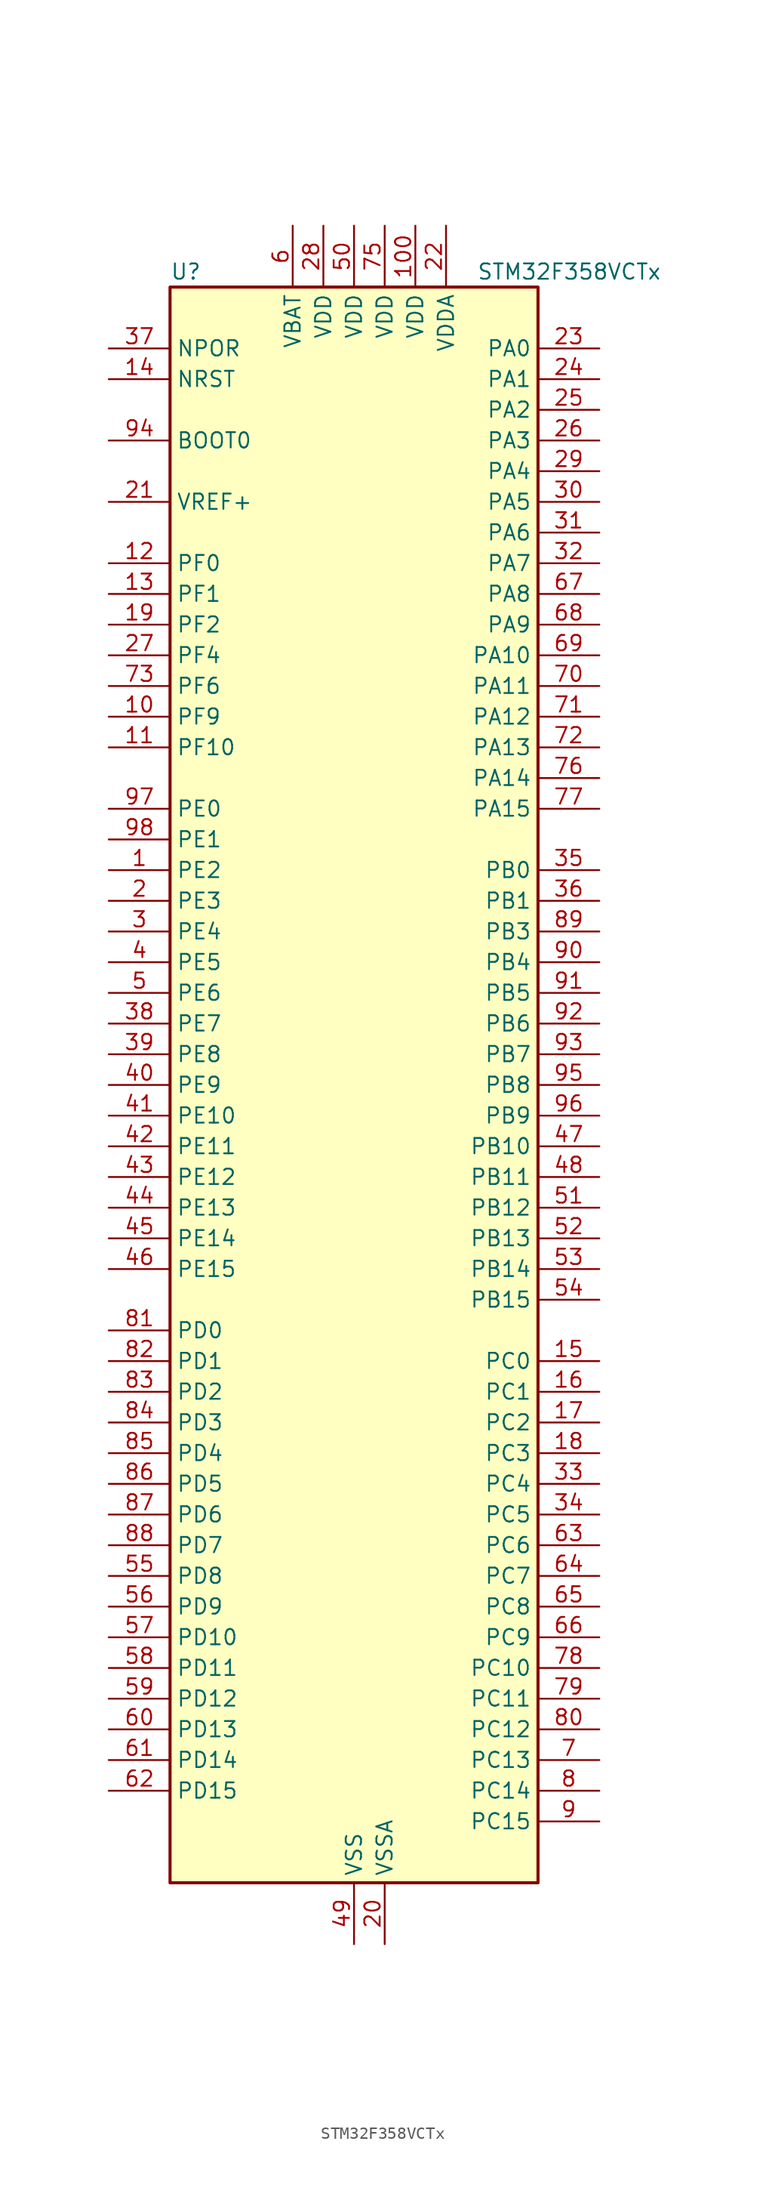
<source format=kicad_sym>
(kicad_symbol_lib
  (version 20241209)
  (generator "kicad_symbol_editor")
  (generator_version "9.0")
  (symbol "STM32F358VCTx"
    (property "Reference" "U"
      (at -15.24 67.31 0)
      (effects (font (size 1.27 1.27)) (justify left)))
    (property "Value" "STM32F358VCTx"
      (at 10.16 67.31 0)
      (effects (font (size 1.27 1.27)) (justify left)))
    (symbol "STM32F358VCTx_0_1"
      (rectangle (start -15.24 -66.04) (end 15.24 66.04) (stroke (width 0.254) (type default)) (fill (type background))))
    (symbol "STM32F358VCTx_1_1"
      (pin input line (at -20.32 60.96 0) (length 5.08) (name "NPOR" (effects (font (size 1.27 1.27)))) (number "37" (effects (font (size 1.27 1.27)))))
      (pin input line (at -20.32 58.42 0) (length 5.08) (name "NRST" (effects (font (size 1.27 1.27)))) (number "14" (effects (font (size 1.27 1.27)))))
      (pin input line (at -20.32 53.34 0) (length 5.08) (name "BOOT0" (effects (font (size 1.27 1.27)))) (number "94" (effects (font (size 1.27 1.27)))))
      (pin input line (at -20.32 48.26 0) (length 5.08) (name "VREF+" (effects (font (size 1.27 1.27)))) (number "21" (effects (font (size 1.27 1.27)))))
      (pin bidirectional line (at -20.32 43.18 0) (length 5.08) (name "PF0" (effects (font (size 1.27 1.27)))) (number "12" (effects (font (size 1.27 1.27)))) (alternate "I2C2_SDA" bidirectional line) (alternate "RCC_OSC_IN" bidirectional line) (alternate "TIM1_CH3N" bidirectional line))
      (pin bidirectional line (at -20.32 40.64 0) (length 5.08) (name "PF1" (effects (font (size 1.27 1.27)))) (number "13" (effects (font (size 1.27 1.27)))) (alternate "I2C2_SCL" bidirectional line) (alternate "RCC_OSC_OUT" bidirectional line))
      (pin bidirectional line (at -20.32 38.1 0) (length 5.08) (name "PF2" (effects (font (size 1.27 1.27)))) (number "19" (effects (font (size 1.27 1.27)))) (alternate "ADC1_IN10" bidirectional line) (alternate "ADC2_IN10" bidirectional line) (alternate "ADC3_EXTI2" bidirectional line) (alternate "ADC4_EXTI2" bidirectional line))
      (pin bidirectional line (at -20.32 35.56 0) (length 5.08) (name "PF4" (effects (font (size 1.27 1.27)))) (number "27" (effects (font (size 1.27 1.27)))) (alternate "ADC1_IN5" bidirectional line) (alternate "COMP1_OUT" bidirectional line))
      (pin bidirectional line (at -20.32 33.02 0) (length 5.08) (name "PF6" (effects (font (size 1.27 1.27)))) (number "73" (effects (font (size 1.27 1.27)))) (alternate "I2C2_SCL" bidirectional line) (alternate "TIM4_CH4" bidirectional line) (alternate "USART3_DE" bidirectional line) (alternate "USART3_RTS" bidirectional line))
      (pin bidirectional line (at -20.32 30.48 0) (length 5.08) (name "PF9" (effects (font (size 1.27 1.27)))) (number "10" (effects (font (size 1.27 1.27)))) (alternate "DAC_EXTI9" bidirectional line) (alternate "SPI2_SCK" bidirectional line) (alternate "TIM15_CH1" bidirectional line))
      (pin bidirectional line (at -20.32 27.94 0) (length 5.08) (name "PF10" (effects (font (size 1.27 1.27)))) (number "11" (effects (font (size 1.27 1.27)))) (alternate "SPI2_SCK" bidirectional line) (alternate "TIM15_CH2" bidirectional line))
      (pin bidirectional line (at -20.32 22.86 0) (length 5.08) (name "PE0" (effects (font (size 1.27 1.27)))) (number "97" (effects (font (size 1.27 1.27)))) (alternate "TIM16_CH1" bidirectional line) (alternate "TIM4_ETR" bidirectional line) (alternate "USART1_TX" bidirectional line))
      (pin bidirectional line (at -20.32 20.32 0) (length 5.08) (name "PE1" (effects (font (size 1.27 1.27)))) (number "98" (effects (font (size 1.27 1.27)))) (alternate "TIM17_CH1" bidirectional line) (alternate "USART1_RX" bidirectional line))
      (pin bidirectional line (at -20.32 17.78 0) (length 5.08) (name "PE2" (effects (font (size 1.27 1.27)))) (number "1" (effects (font (size 1.27 1.27)))) (alternate "ADC3_EXTI2" bidirectional line) (alternate "ADC4_EXTI2" bidirectional line) (alternate "SYS_TRACECK" bidirectional line) (alternate "TIM3_CH1" bidirectional line) (alternate "TSC_G7_IO1" bidirectional line))
      (pin bidirectional line (at -20.32 15.24 0) (length 5.08) (name "PE3" (effects (font (size 1.27 1.27)))) (number "2" (effects (font (size 1.27 1.27)))) (alternate "SYS_TRACED0" bidirectional line) (alternate "TIM3_CH2" bidirectional line) (alternate "TSC_G7_IO2" bidirectional line))
      (pin bidirectional line (at -20.32 12.7 0) (length 5.08) (name "PE4" (effects (font (size 1.27 1.27)))) (number "3" (effects (font (size 1.27 1.27)))) (alternate "SYS_TRACED1" bidirectional line) (alternate "TIM3_CH3" bidirectional line) (alternate "TSC_G7_IO3" bidirectional line))
      (pin bidirectional line (at -20.32 10.16 0) (length 5.08) (name "PE5" (effects (font (size 1.27 1.27)))) (number "4" (effects (font (size 1.27 1.27)))) (alternate "SYS_TRACED2" bidirectional line) (alternate "TIM3_CH4" bidirectional line) (alternate "TSC_G7_IO4" bidirectional line))
      (pin bidirectional line (at -20.32 7.62 0) (length 5.08) (name "PE6" (effects (font (size 1.27 1.27)))) (number "5" (effects (font (size 1.27 1.27)))) (alternate "RTC_TAMP3" bidirectional line) (alternate "SYS_TRACED3" bidirectional line) (alternate "SYS_WKUP3" bidirectional line))
      (pin bidirectional line (at -20.32 5.08 0) (length 5.08) (name "PE7" (effects (font (size 1.27 1.27)))) (number "38" (effects (font (size 1.27 1.27)))) (alternate "ADC3_IN13" bidirectional line) (alternate "COMP4_INP" bidirectional line) (alternate "TIM1_ETR" bidirectional line))
      (pin bidirectional line (at -20.32 2.54 0) (length 5.08) (name "PE8" (effects (font (size 1.27 1.27)))) (number "39" (effects (font (size 1.27 1.27)))) (alternate "ADC3_IN6" bidirectional line) (alternate "ADC4_IN6" bidirectional line) (alternate "COMP4_INM" bidirectional line) (alternate "TIM1_CH1N" bidirectional line))
      (pin bidirectional line (at -20.32 0 0) (length 5.08) (name "PE9" (effects (font (size 1.27 1.27)))) (number "40" (effects (font (size 1.27 1.27)))) (alternate "ADC3_IN2" bidirectional line) (alternate "DAC_EXTI9" bidirectional line) (alternate "TIM1_CH1" bidirectional line))
      (pin bidirectional line (at -20.32 -2.54 0) (length 5.08) (name "PE10" (effects (font (size 1.27 1.27)))) (number "41" (effects (font (size 1.27 1.27)))) (alternate "ADC3_IN14" bidirectional line) (alternate "TIM1_CH2N" bidirectional line))
      (pin bidirectional line (at -20.32 -5.08 0) (length 5.08) (name "PE11" (effects (font (size 1.27 1.27)))) (number "42" (effects (font (size 1.27 1.27)))) (alternate "ADC1_EXTI11" bidirectional line) (alternate "ADC2_EXTI11" bidirectional line) (alternate "ADC3_IN15" bidirectional line) (alternate "TIM1_CH2" bidirectional line))
      (pin bidirectional line (at -20.32 -7.62 0) (length 5.08) (name "PE12" (effects (font (size 1.27 1.27)))) (number "43" (effects (font (size 1.27 1.27)))) (alternate "ADC3_IN16" bidirectional line) (alternate "TIM1_CH3N" bidirectional line))
      (pin bidirectional line (at -20.32 -10.16 0) (length 5.08) (name "PE13" (effects (font (size 1.27 1.27)))) (number "44" (effects (font (size 1.27 1.27)))) (alternate "ADC3_IN3" bidirectional line) (alternate "TIM1_CH3" bidirectional line))
      (pin bidirectional line (at -20.32 -12.7 0) (length 5.08) (name "PE14" (effects (font (size 1.27 1.27)))) (number "45" (effects (font (size 1.27 1.27)))) (alternate "ADC4_IN1" bidirectional line) (alternate "TIM1_BKIN2" bidirectional line) (alternate "TIM1_CH4" bidirectional line))
      (pin bidirectional line (at -20.32 -15.24 0) (length 5.08) (name "PE15" (effects (font (size 1.27 1.27)))) (number "46" (effects (font (size 1.27 1.27)))) (alternate "ADC1_EXTI15" bidirectional line) (alternate "ADC2_EXTI15" bidirectional line) (alternate "ADC4_IN2" bidirectional line) (alternate "TIM1_BKIN" bidirectional line) (alternate "USART3_RX" bidirectional line))
      (pin bidirectional line (at -20.32 -20.32 0) (length 5.08) (name "PD0" (effects (font (size 1.27 1.27)))) (number "81" (effects (font (size 1.27 1.27)))) (alternate "CAN_RX" bidirectional line))
      (pin bidirectional line (at -20.32 -22.86 0) (length 5.08) (name "PD1" (effects (font (size 1.27 1.27)))) (number "82" (effects (font (size 1.27 1.27)))) (alternate "CAN_TX" bidirectional line) (alternate "TIM8_BKIN2" bidirectional line) (alternate "TIM8_CH4" bidirectional line))
      (pin bidirectional line (at -20.32 -25.4 0) (length 5.08) (name "PD2" (effects (font (size 1.27 1.27)))) (number "83" (effects (font (size 1.27 1.27)))) (alternate "ADC3_EXTI2" bidirectional line) (alternate "ADC4_EXTI2" bidirectional line) (alternate "TIM3_ETR" bidirectional line) (alternate "TIM8_BKIN" bidirectional line) (alternate "UART5_RX" bidirectional line))
      (pin bidirectional line (at -20.32 -27.94 0) (length 5.08) (name "PD3" (effects (font (size 1.27 1.27)))) (number "84" (effects (font (size 1.27 1.27)))) (alternate "TIM2_CH1" bidirectional line) (alternate "TIM2_ETR" bidirectional line) (alternate "USART2_CTS" bidirectional line))
      (pin bidirectional line (at -20.32 -30.48 0) (length 5.08) (name "PD4" (effects (font (size 1.27 1.27)))) (number "85" (effects (font (size 1.27 1.27)))) (alternate "TIM2_CH2" bidirectional line) (alternate "USART2_DE" bidirectional line) (alternate "USART2_RTS" bidirectional line))
      (pin bidirectional line (at -20.32 -33.02 0) (length 5.08) (name "PD5" (effects (font (size 1.27 1.27)))) (number "86" (effects (font (size 1.27 1.27)))) (alternate "USART2_TX" bidirectional line))
      (pin bidirectional line (at -20.32 -35.56 0) (length 5.08) (name "PD6" (effects (font (size 1.27 1.27)))) (number "87" (effects (font (size 1.27 1.27)))) (alternate "TIM2_CH4" bidirectional line) (alternate "USART2_RX" bidirectional line))
      (pin bidirectional line (at -20.32 -38.1 0) (length 5.08) (name "PD7" (effects (font (size 1.27 1.27)))) (number "88" (effects (font (size 1.27 1.27)))) (alternate "TIM2_CH3" bidirectional line) (alternate "USART2_CK" bidirectional line))
      (pin bidirectional line (at -20.32 -40.64 0) (length 5.08) (name "PD8" (effects (font (size 1.27 1.27)))) (number "55" (effects (font (size 1.27 1.27)))) (alternate "ADC4_IN12" bidirectional line) (alternate "OPAMP4_VINM" bidirectional line) (alternate "OPAMP4_VINM_SEC" bidirectional line) (alternate "USART3_TX" bidirectional line))
      (pin bidirectional line (at -20.32 -43.18 0) (length 5.08) (name "PD9" (effects (font (size 1.27 1.27)))) (number "56" (effects (font (size 1.27 1.27)))) (alternate "ADC4_IN13" bidirectional line) (alternate "DAC_EXTI9" bidirectional line) (alternate "USART3_RX" bidirectional line))
      (pin bidirectional line (at -20.32 -45.72 0) (length 5.08) (name "PD10" (effects (font (size 1.27 1.27)))) (number "57" (effects (font (size 1.27 1.27)))) (alternate "ADC3_IN7" bidirectional line) (alternate "ADC4_IN7" bidirectional line) (alternate "COMP6_INM" bidirectional line) (alternate "USART3_CK" bidirectional line))
      (pin bidirectional line (at -20.32 -48.26 0) (length 5.08) (name "PD11" (effects (font (size 1.27 1.27)))) (number "58" (effects (font (size 1.27 1.27)))) (alternate "ADC1_EXTI11" bidirectional line) (alternate "ADC2_EXTI11" bidirectional line) (alternate "ADC3_IN8" bidirectional line) (alternate "ADC4_IN8" bidirectional line) (alternate "COMP6_INP" bidirectional line) (alternate "OPAMP4_VINP" bidirectional line) (alternate "OPAMP4_VINP_SEC" bidirectional line) (alternate "USART3_CTS" bidirectional line))
      (pin bidirectional line (at -20.32 -50.8 0) (length 5.08) (name "PD12" (effects (font (size 1.27 1.27)))) (number "59" (effects (font (size 1.27 1.27)))) (alternate "ADC3_IN9" bidirectional line) (alternate "ADC4_IN9" bidirectional line) (alternate "COMP5_INP" bidirectional line) (alternate "TIM4_CH1" bidirectional line) (alternate "TSC_G8_IO1" bidirectional line) (alternate "USART3_DE" bidirectional line) (alternate "USART3_RTS" bidirectional line))
      (pin bidirectional line (at -20.32 -53.34 0) (length 5.08) (name "PD13" (effects (font (size 1.27 1.27)))) (number "60" (effects (font (size 1.27 1.27)))) (alternate "ADC3_IN10" bidirectional line) (alternate "ADC4_IN10" bidirectional line) (alternate "COMP5_INM" bidirectional line) (alternate "TIM4_CH2" bidirectional line) (alternate "TSC_G8_IO2" bidirectional line))
      (pin bidirectional line (at -20.32 -55.88 0) (length 5.08) (name "PD14" (effects (font (size 1.27 1.27)))) (number "61" (effects (font (size 1.27 1.27)))) (alternate "ADC3_IN11" bidirectional line) (alternate "ADC4_IN11" bidirectional line) (alternate "COMP3_INP" bidirectional line) (alternate "OPAMP2_VINP" bidirectional line) (alternate "OPAMP2_VINP_SEC" bidirectional line) (alternate "TIM4_CH3" bidirectional line) (alternate "TSC_G8_IO3" bidirectional line))
      (pin bidirectional line (at -20.32 -58.42 0) (length 5.08) (name "PD15" (effects (font (size 1.27 1.27)))) (number "62" (effects (font (size 1.27 1.27)))) (alternate "ADC1_EXTI15" bidirectional line) (alternate "ADC2_EXTI15" bidirectional line) (alternate "COMP3_INM" bidirectional line) (alternate "SPI2_NSS" bidirectional line) (alternate "TIM4_CH4" bidirectional line) (alternate "TSC_G8_IO4" bidirectional line))
      (pin power_in line (at -5.08 71.12 270) (length 5.08) (name "VBAT" (effects (font (size 1.27 1.27)))) (number "6" (effects (font (size 1.27 1.27)))))
      (pin power_in line (at -2.54 71.12 270) (length 5.08) (name "VDD" (effects (font (size 1.27 1.27)))) (number "28" (effects (font (size 1.27 1.27)))))
      (pin power_in line (at 0 71.12 270) (length 5.08) (name "VDD" (effects (font (size 1.27 1.27)))) (number "50" (effects (font (size 1.27 1.27)))))
      (pin power_in line (at 0 -71.12 90) (length 5.08) (name "VSS" (effects (font (size 1.27 1.27)))) (number "49" (effects (font (size 1.27 1.27)))))
      (pin passive line (at 0 -71.12 90) (length 5.08) (hide yes) (name "VSS" (effects (font (size 1.27 1.27)))) (number "74" (effects (font (size 1.27 1.27)))))
      (pin passive line (at 0 -71.12 90) (length 5.08) (hide yes) (name "VSS" (effects (font (size 1.27 1.27)))) (number "99" (effects (font (size 1.27 1.27)))))
      (pin power_in line (at 2.54 71.12 270) (length 5.08) (name "VDD" (effects (font (size 1.27 1.27)))) (number "75" (effects (font (size 1.27 1.27)))))
      (pin power_in line (at 2.54 -71.12 90) (length 5.08) (name "VSSA" (effects (font (size 1.27 1.27)))) (number "20" (effects (font (size 1.27 1.27)))))
      (pin power_in line (at 5.08 71.12 270) (length 5.08) (name "VDD" (effects (font (size 1.27 1.27)))) (number "100" (effects (font (size 1.27 1.27)))))
      (pin power_in line (at 7.62 71.12 270) (length 5.08) (name "VDDA" (effects (font (size 1.27 1.27)))) (number "22" (effects (font (size 1.27 1.27)))))
      (pin bidirectional line (at 20.32 60.96 180) (length 5.08) (name "PA0" (effects (font (size 1.27 1.27)))) (number "23" (effects (font (size 1.27 1.27)))) (alternate "ADC1_IN1" bidirectional line) (alternate "COMP1_INM" bidirectional line) (alternate "COMP1_OUT" bidirectional line) (alternate "COMP7_INP" bidirectional line) (alternate "RTC_TAMP2" bidirectional line) (alternate "SYS_WKUP1" bidirectional line) (alternate "TIM2_CH1" bidirectional line) (alternate "TIM2_ETR" bidirectional line) (alternate "TIM8_BKIN" bidirectional line) (alternate "TIM8_ETR" bidirectional line) (alternate "TSC_G1_IO1" bidirectional line) (alternate "USART2_CTS" bidirectional line))
      (pin bidirectional line (at 20.32 58.42 180) (length 5.08) (name "PA1" (effects (font (size 1.27 1.27)))) (number "24" (effects (font (size 1.27 1.27)))) (alternate "ADC1_IN2" bidirectional line) (alternate "COMP1_INP" bidirectional line) (alternate "OPAMP1_VINP" bidirectional line) (alternate "OPAMP1_VINP_SEC" bidirectional line) (alternate "OPAMP3_VINP" bidirectional line) (alternate "OPAMP3_VINP_SEC" bidirectional line) (alternate "RTC_REFIN" bidirectional line) (alternate "TIM15_CH1N" bidirectional line) (alternate "TIM2_CH2" bidirectional line) (alternate "TSC_G1_IO2" bidirectional line) (alternate "USART2_DE" bidirectional line) (alternate "USART2_RTS" bidirectional line))
      (pin bidirectional line (at 20.32 55.88 180) (length 5.08) (name "PA2" (effects (font (size 1.27 1.27)))) (number "25" (effects (font (size 1.27 1.27)))) (alternate "ADC1_IN3" bidirectional line) (alternate "ADC3_EXTI2" bidirectional line) (alternate "ADC4_EXTI2" bidirectional line) (alternate "COMP2_INM" bidirectional line) (alternate "COMP2_OUT" bidirectional line) (alternate "OPAMP1_VOUT" bidirectional line) (alternate "TIM15_CH1" bidirectional line) (alternate "TIM2_CH3" bidirectional line) (alternate "TSC_G1_IO3" bidirectional line) (alternate "USART2_TX" bidirectional line))
      (pin bidirectional line (at 20.32 53.34 180) (length 5.08) (name "PA3" (effects (font (size 1.27 1.27)))) (number "26" (effects (font (size 1.27 1.27)))) (alternate "ADC1_IN4" bidirectional line) (alternate "COMP2_INP" bidirectional line) (alternate "OPAMP1_VINM" bidirectional line) (alternate "OPAMP1_VINM_SEC" bidirectional line) (alternate "OPAMP1_VINP" bidirectional line) (alternate "OPAMP1_VINP_SEC" bidirectional line) (alternate "TIM15_CH2" bidirectional line) (alternate "TIM2_CH4" bidirectional line) (alternate "TSC_G1_IO4" bidirectional line) (alternate "USART2_RX" bidirectional line))
      (pin bidirectional line (at 20.32 50.8 180) (length 5.08) (name "PA4" (effects (font (size 1.27 1.27)))) (number "29" (effects (font (size 1.27 1.27)))) (alternate "ADC2_IN1" bidirectional line) (alternate "COMP1_INM" bidirectional line) (alternate "COMP2_INM" bidirectional line) (alternate "COMP3_INM" bidirectional line) (alternate "COMP4_INM" bidirectional line) (alternate "COMP5_INM" bidirectional line) (alternate "COMP6_INM" bidirectional line) (alternate "COMP7_INM" bidirectional line) (alternate "DAC_OUT1" bidirectional line) (alternate "I2S3_WS" bidirectional line) (alternate "OPAMP4_VINP" bidirectional line) (alternate "OPAMP4_VINP_SEC" bidirectional line) (alternate "SPI1_NSS" bidirectional line) (alternate "SPI3_NSS" bidirectional line) (alternate "TIM3_CH2" bidirectional line) (alternate "TSC_G2_IO1" bidirectional line) (alternate "USART2_CK" bidirectional line))
      (pin bidirectional line (at 20.32 48.26 180) (length 5.08) (name "PA5" (effects (font (size 1.27 1.27)))) (number "30" (effects (font (size 1.27 1.27)))) (alternate "ADC2_IN2" bidirectional line) (alternate "COMP1_INM" bidirectional line) (alternate "COMP2_INM" bidirectional line) (alternate "COMP3_INM" bidirectional line) (alternate "COMP4_INM" bidirectional line) (alternate "COMP5_INM" bidirectional line) (alternate "COMP6_INM" bidirectional line) (alternate "COMP7_INM" bidirectional line) (alternate "DAC_OUT2" bidirectional line) (alternate "OPAMP1_VINP" bidirectional line) (alternate "OPAMP1_VINP_SEC" bidirectional line) (alternate "OPAMP2_VINM" bidirectional line) (alternate "OPAMP2_VINM_SEC" bidirectional line) (alternate "OPAMP3_VINP" bidirectional line) (alternate "OPAMP3_VINP_SEC" bidirectional line) (alternate "SPI1_SCK" bidirectional line) (alternate "TIM2_CH1" bidirectional line) (alternate "TIM2_ETR" bidirectional line) (alternate "TSC_G2_IO2" bidirectional line))
      (pin bidirectional line (at 20.32 45.72 180) (length 5.08) (name "PA6" (effects (font (size 1.27 1.27)))) (number "31" (effects (font (size 1.27 1.27)))) (alternate "ADC2_IN3" bidirectional line) (alternate "COMP1_OUT" bidirectional line) (alternate "OPAMP2_VOUT" bidirectional line) (alternate "SPI1_MISO" bidirectional line) (alternate "TIM16_CH1" bidirectional line) (alternate "TIM1_BKIN" bidirectional line) (alternate "TIM3_CH1" bidirectional line) (alternate "TIM8_BKIN" bidirectional line) (alternate "TSC_G2_IO3" bidirectional line))
      (pin bidirectional line (at 20.32 43.18 180) (length 5.08) (name "PA7" (effects (font (size 1.27 1.27)))) (number "32" (effects (font (size 1.27 1.27)))) (alternate "ADC2_IN4" bidirectional line) (alternate "COMP2_INP" bidirectional line) (alternate "COMP2_OUT" bidirectional line) (alternate "OPAMP1_VINP" bidirectional line) (alternate "OPAMP1_VINP_SEC" bidirectional line) (alternate "OPAMP2_VINP" bidirectional line) (alternate "OPAMP2_VINP_SEC" bidirectional line) (alternate "SPI1_MOSI" bidirectional line) (alternate "TIM17_CH1" bidirectional line) (alternate "TIM1_CH1N" bidirectional line) (alternate "TIM3_CH2" bidirectional line) (alternate "TIM8_CH1N" bidirectional line) (alternate "TSC_G2_IO4" bidirectional line))
      (pin bidirectional line (at 20.32 40.64 180) (length 5.08) (name "PA8" (effects (font (size 1.27 1.27)))) (number "67" (effects (font (size 1.27 1.27)))) (alternate "COMP3_OUT" bidirectional line) (alternate "I2C2_SMBA" bidirectional line) (alternate "I2S2_MCK" bidirectional line) (alternate "RCC_MCO" bidirectional line) (alternate "TIM1_CH1" bidirectional line) (alternate "TIM4_ETR" bidirectional line) (alternate "USART1_CK" bidirectional line))
      (pin bidirectional line (at 20.32 38.1 180) (length 5.08) (name "PA9" (effects (font (size 1.27 1.27)))) (number "68" (effects (font (size 1.27 1.27)))) (alternate "COMP5_OUT" bidirectional line) (alternate "DAC_EXTI9" bidirectional line) (alternate "I2C2_SCL" bidirectional line) (alternate "I2S3_MCK" bidirectional line) (alternate "TIM15_BKIN" bidirectional line) (alternate "TIM1_CH2" bidirectional line) (alternate "TIM2_CH3" bidirectional line) (alternate "TSC_G4_IO1" bidirectional line) (alternate "USART1_TX" bidirectional line))
      (pin bidirectional line (at 20.32 35.56 180) (length 5.08) (name "PA10" (effects (font (size 1.27 1.27)))) (number "69" (effects (font (size 1.27 1.27)))) (alternate "COMP6_OUT" bidirectional line) (alternate "I2C2_SDA" bidirectional line) (alternate "TIM17_BKIN" bidirectional line) (alternate "TIM1_CH3" bidirectional line) (alternate "TIM2_CH4" bidirectional line) (alternate "TIM8_BKIN" bidirectional line) (alternate "TSC_G4_IO2" bidirectional line) (alternate "USART1_RX" bidirectional line))
      (pin bidirectional line (at 20.32 33.02 180) (length 5.08) (name "PA11" (effects (font (size 1.27 1.27)))) (number "70" (effects (font (size 1.27 1.27)))) (alternate "ADC1_EXTI11" bidirectional line) (alternate "ADC2_EXTI11" bidirectional line) (alternate "CAN_RX" bidirectional line) (alternate "COMP1_OUT" bidirectional line) (alternate "TIM1_BKIN2" bidirectional line) (alternate "TIM1_CH1N" bidirectional line) (alternate "TIM1_CH4" bidirectional line) (alternate "TIM4_CH1" bidirectional line) (alternate "USART1_CTS" bidirectional line))
      (pin bidirectional line (at 20.32 30.48 180) (length 5.08) (name "PA12" (effects (font (size 1.27 1.27)))) (number "71" (effects (font (size 1.27 1.27)))) (alternate "CAN_TX" bidirectional line) (alternate "COMP2_OUT" bidirectional line) (alternate "TIM16_CH1" bidirectional line) (alternate "TIM1_CH2N" bidirectional line) (alternate "TIM1_ETR" bidirectional line) (alternate "TIM4_CH2" bidirectional line) (alternate "USART1_DE" bidirectional line) (alternate "USART1_RTS" bidirectional line))
      (pin bidirectional line (at 20.32 27.94 180) (length 5.08) (name "PA13" (effects (font (size 1.27 1.27)))) (number "72" (effects (font (size 1.27 1.27)))) (alternate "IR_OUT" bidirectional line) (alternate "SYS_JTMS-SWDIO" bidirectional line) (alternate "TIM16_CH1N" bidirectional line) (alternate "TIM4_CH3" bidirectional line) (alternate "TSC_G4_IO3" bidirectional line) (alternate "USART3_CTS" bidirectional line))
      (pin bidirectional line (at 20.32 25.4 180) (length 5.08) (name "PA14" (effects (font (size 1.27 1.27)))) (number "76" (effects (font (size 1.27 1.27)))) (alternate "I2C1_SDA" bidirectional line) (alternate "SYS_JTCK-SWCLK" bidirectional line) (alternate "TIM1_BKIN" bidirectional line) (alternate "TIM8_CH2" bidirectional line) (alternate "TSC_G4_IO4" bidirectional line) (alternate "USART2_TX" bidirectional line))
      (pin bidirectional line (at 20.32 22.86 180) (length 5.08) (name "PA15" (effects (font (size 1.27 1.27)))) (number "77" (effects (font (size 1.27 1.27)))) (alternate "ADC1_EXTI15" bidirectional line) (alternate "ADC2_EXTI15" bidirectional line) (alternate "I2C1_SCL" bidirectional line) (alternate "I2S3_WS" bidirectional line) (alternate "SPI1_NSS" bidirectional line) (alternate "SPI3_NSS" bidirectional line) (alternate "SYS_JTDI" bidirectional line) (alternate "TIM1_BKIN" bidirectional line) (alternate "TIM2_CH1" bidirectional line) (alternate "TIM2_ETR" bidirectional line) (alternate "TIM8_CH1" bidirectional line) (alternate "USART2_RX" bidirectional line))
      (pin bidirectional line (at 20.32 17.78 180) (length 5.08) (name "PB0" (effects (font (size 1.27 1.27)))) (number "35" (effects (font (size 1.27 1.27)))) (alternate "ADC3_IN12" bidirectional line) (alternate "COMP4_INP" bidirectional line) (alternate "OPAMP2_VINP" bidirectional line) (alternate "OPAMP2_VINP_SEC" bidirectional line) (alternate "OPAMP3_VINP" bidirectional line) (alternate "OPAMP3_VINP_SEC" bidirectional line) (alternate "TIM1_CH2N" bidirectional line) (alternate "TIM3_CH3" bidirectional line) (alternate "TIM8_CH2N" bidirectional line) (alternate "TSC_G3_IO2" bidirectional line))
      (pin bidirectional line (at 20.32 15.24 180) (length 5.08) (name "PB1" (effects (font (size 1.27 1.27)))) (number "36" (effects (font (size 1.27 1.27)))) (alternate "ADC3_IN1" bidirectional line) (alternate "COMP4_OUT" bidirectional line) (alternate "OPAMP3_VOUT" bidirectional line) (alternate "TIM1_CH3N" bidirectional line) (alternate "TIM3_CH4" bidirectional line) (alternate "TIM8_CH3N" bidirectional line) (alternate "TSC_G3_IO3" bidirectional line))
      (pin bidirectional line (at 20.32 12.7 180) (length 5.08) (name "PB3" (effects (font (size 1.27 1.27)))) (number "89" (effects (font (size 1.27 1.27)))) (alternate "I2S3_CK" bidirectional line) (alternate "SPI1_SCK" bidirectional line) (alternate "SPI3_SCK" bidirectional line) (alternate "SYS_JTDO-TRACESWO" bidirectional line) (alternate "TIM2_CH2" bidirectional line) (alternate "TIM3_ETR" bidirectional line) (alternate "TIM4_ETR" bidirectional line) (alternate "TIM8_CH1N" bidirectional line) (alternate "TSC_G5_IO1" bidirectional line) (alternate "USART2_TX" bidirectional line))
      (pin bidirectional line (at 20.32 10.16 180) (length 5.08) (name "PB4" (effects (font (size 1.27 1.27)))) (number "90" (effects (font (size 1.27 1.27)))) (alternate "I2S3_ext_SD" bidirectional line) (alternate "SPI1_MISO" bidirectional line) (alternate "SPI3_MISO" bidirectional line) (alternate "SYS_NJTRST" bidirectional line) (alternate "TIM16_CH1" bidirectional line) (alternate "TIM17_BKIN" bidirectional line) (alternate "TIM3_CH1" bidirectional line) (alternate "TIM8_CH2N" bidirectional line) (alternate "TSC_G5_IO2" bidirectional line) (alternate "USART2_RX" bidirectional line))
      (pin bidirectional line (at 20.32 7.62 180) (length 5.08) (name "PB5" (effects (font (size 1.27 1.27)))) (number "91" (effects (font (size 1.27 1.27)))) (alternate "I2C1_SMBA" bidirectional line) (alternate "I2S3_SD" bidirectional line) (alternate "SPI1_MOSI" bidirectional line) (alternate "SPI3_MOSI" bidirectional line) (alternate "TIM16_BKIN" bidirectional line) (alternate "TIM17_CH1" bidirectional line) (alternate "TIM3_CH2" bidirectional line) (alternate "TIM8_CH3N" bidirectional line) (alternate "USART2_CK" bidirectional line))
      (pin bidirectional line (at 20.32 5.08 180) (length 5.08) (name "PB6" (effects (font (size 1.27 1.27)))) (number "92" (effects (font (size 1.27 1.27)))) (alternate "I2C1_SCL" bidirectional line) (alternate "TIM16_CH1N" bidirectional line) (alternate "TIM4_CH1" bidirectional line) (alternate "TIM8_BKIN2" bidirectional line) (alternate "TIM8_CH1" bidirectional line) (alternate "TIM8_ETR" bidirectional line) (alternate "TSC_G5_IO3" bidirectional line) (alternate "USART1_TX" bidirectional line))
      (pin bidirectional line (at 20.32 2.54 180) (length 5.08) (name "PB7" (effects (font (size 1.27 1.27)))) (number "93" (effects (font (size 1.27 1.27)))) (alternate "I2C1_SDA" bidirectional line) (alternate "TIM17_CH1N" bidirectional line) (alternate "TIM3_CH4" bidirectional line) (alternate "TIM4_CH2" bidirectional line) (alternate "TIM8_BKIN" bidirectional line) (alternate "TSC_G5_IO4" bidirectional line) (alternate "USART1_RX" bidirectional line))
      (pin bidirectional line (at 20.32 0 180) (length 5.08) (name "PB8" (effects (font (size 1.27 1.27)))) (number "95" (effects (font (size 1.27 1.27)))) (alternate "CAN_RX" bidirectional line) (alternate "COMP1_OUT" bidirectional line) (alternate "I2C1_SCL" bidirectional line) (alternate "TIM16_CH1" bidirectional line) (alternate "TIM1_BKIN" bidirectional line) (alternate "TIM4_CH3" bidirectional line) (alternate "TIM8_CH2" bidirectional line) (alternate "TSC_SYNC" bidirectional line))
      (pin bidirectional line (at 20.32 -2.54 180) (length 5.08) (name "PB9" (effects (font (size 1.27 1.27)))) (number "96" (effects (font (size 1.27 1.27)))) (alternate "CAN_TX" bidirectional line) (alternate "COMP2_OUT" bidirectional line) (alternate "DAC_EXTI9" bidirectional line) (alternate "I2C1_SDA" bidirectional line) (alternate "IR_OUT" bidirectional line) (alternate "TIM17_CH1" bidirectional line) (alternate "TIM4_CH4" bidirectional line) (alternate "TIM8_CH3" bidirectional line))
      (pin bidirectional line (at 20.32 -5.08 180) (length 5.08) (name "PB10" (effects (font (size 1.27 1.27)))) (number "47" (effects (font (size 1.27 1.27)))) (alternate "COMP5_INM" bidirectional line) (alternate "OPAMP3_VINM" bidirectional line) (alternate "OPAMP3_VINM_SEC" bidirectional line) (alternate "OPAMP4_VINM" bidirectional line) (alternate "OPAMP4_VINM_SEC" bidirectional line) (alternate "TIM2_CH3" bidirectional line) (alternate "TSC_SYNC" bidirectional line) (alternate "USART3_TX" bidirectional line))
      (pin bidirectional line (at 20.32 -7.62 180) (length 5.08) (name "PB11" (effects (font (size 1.27 1.27)))) (number "48" (effects (font (size 1.27 1.27)))) (alternate "ADC1_EXTI11" bidirectional line) (alternate "ADC2_EXTI11" bidirectional line) (alternate "COMP6_INP" bidirectional line) (alternate "OPAMP4_VINP" bidirectional line) (alternate "OPAMP4_VINP_SEC" bidirectional line) (alternate "TIM2_CH4" bidirectional line) (alternate "TSC_G6_IO1" bidirectional line) (alternate "USART3_RX" bidirectional line))
      (pin bidirectional line (at 20.32 -10.16 180) (length 5.08) (name "PB12" (effects (font (size 1.27 1.27)))) (number "51" (effects (font (size 1.27 1.27)))) (alternate "ADC4_IN3" bidirectional line) (alternate "COMP3_INM" bidirectional line) (alternate "I2C2_SMBA" bidirectional line) (alternate "I2S2_WS" bidirectional line) (alternate "OPAMP4_VOUT" bidirectional line) (alternate "SPI2_NSS" bidirectional line) (alternate "TIM1_BKIN" bidirectional line) (alternate "TSC_G6_IO2" bidirectional line) (alternate "USART3_CK" bidirectional line))
      (pin bidirectional line (at 20.32 -12.7 180) (length 5.08) (name "PB13" (effects (font (size 1.27 1.27)))) (number "52" (effects (font (size 1.27 1.27)))) (alternate "ADC3_IN5" bidirectional line) (alternate "COMP5_INP" bidirectional line) (alternate "I2S2_CK" bidirectional line) (alternate "OPAMP3_VINP" bidirectional line) (alternate "OPAMP3_VINP_SEC" bidirectional line) (alternate "OPAMP4_VINP" bidirectional line) (alternate "OPAMP4_VINP_SEC" bidirectional line) (alternate "SPI2_SCK" bidirectional line) (alternate "TIM1_CH1N" bidirectional line) (alternate "TSC_G6_IO3" bidirectional line) (alternate "USART3_CTS" bidirectional line))
      (pin bidirectional line (at 20.32 -15.24 180) (length 5.08) (name "PB14" (effects (font (size 1.27 1.27)))) (number "53" (effects (font (size 1.27 1.27)))) (alternate "ADC4_IN4" bidirectional line) (alternate "COMP3_INP" bidirectional line) (alternate "I2S2_ext_SD" bidirectional line) (alternate "OPAMP2_VINP" bidirectional line) (alternate "OPAMP2_VINP_SEC" bidirectional line) (alternate "SPI2_MISO" bidirectional line) (alternate "TIM15_CH1" bidirectional line) (alternate "TIM1_CH2N" bidirectional line) (alternate "TSC_G6_IO4" bidirectional line) (alternate "USART3_DE" bidirectional line) (alternate "USART3_RTS" bidirectional line))
      (pin bidirectional line (at 20.32 -17.78 180) (length 5.08) (name "PB15" (effects (font (size 1.27 1.27)))) (number "54" (effects (font (size 1.27 1.27)))) (alternate "ADC1_EXTI15" bidirectional line) (alternate "ADC2_EXTI15" bidirectional line) (alternate "ADC4_IN5" bidirectional line) (alternate "COMP6_INM" bidirectional line) (alternate "I2S2_SD" bidirectional line) (alternate "RTC_REFIN" bidirectional line) (alternate "SPI2_MOSI" bidirectional line) (alternate "TIM15_CH1N" bidirectional line) (alternate "TIM15_CH2" bidirectional line) (alternate "TIM1_CH3N" bidirectional line))
      (pin bidirectional line (at 20.32 -22.86 180) (length 5.08) (name "PC0" (effects (font (size 1.27 1.27)))) (number "15" (effects (font (size 1.27 1.27)))) (alternate "ADC1_IN6" bidirectional line) (alternate "ADC2_IN6" bidirectional line) (alternate "COMP7_INM" bidirectional line))
      (pin bidirectional line (at 20.32 -25.4 180) (length 5.08) (name "PC1" (effects (font (size 1.27 1.27)))) (number "16" (effects (font (size 1.27 1.27)))) (alternate "ADC1_IN7" bidirectional line) (alternate "ADC2_IN7" bidirectional line) (alternate "COMP7_INP" bidirectional line))
      (pin bidirectional line (at 20.32 -27.94 180) (length 5.08) (name "PC2" (effects (font (size 1.27 1.27)))) (number "17" (effects (font (size 1.27 1.27)))) (alternate "ADC1_IN8" bidirectional line) (alternate "ADC2_IN8" bidirectional line) (alternate "ADC3_EXTI2" bidirectional line) (alternate "ADC4_EXTI2" bidirectional line) (alternate "COMP7_OUT" bidirectional line))
      (pin bidirectional line (at 20.32 -30.48 180) (length 5.08) (name "PC3" (effects (font (size 1.27 1.27)))) (number "18" (effects (font (size 1.27 1.27)))) (alternate "ADC1_IN9" bidirectional line) (alternate "ADC2_IN9" bidirectional line) (alternate "TIM1_BKIN2" bidirectional line))
      (pin bidirectional line (at 20.32 -33.02 180) (length 5.08) (name "PC4" (effects (font (size 1.27 1.27)))) (number "33" (effects (font (size 1.27 1.27)))) (alternate "ADC2_IN5" bidirectional line) (alternate "USART1_TX" bidirectional line))
      (pin bidirectional line (at 20.32 -35.56 180) (length 5.08) (name "PC5" (effects (font (size 1.27 1.27)))) (number "34" (effects (font (size 1.27 1.27)))) (alternate "ADC2_IN11" bidirectional line) (alternate "OPAMP1_VINM" bidirectional line) (alternate "OPAMP1_VINM_SEC" bidirectional line) (alternate "OPAMP2_VINM" bidirectional line) (alternate "OPAMP2_VINM_SEC" bidirectional line) (alternate "TSC_G3_IO1" bidirectional line) (alternate "USART1_RX" bidirectional line))
      (pin bidirectional line (at 20.32 -38.1 180) (length 5.08) (name "PC6" (effects (font (size 1.27 1.27)))) (number "63" (effects (font (size 1.27 1.27)))) (alternate "COMP6_OUT" bidirectional line) (alternate "I2S2_MCK" bidirectional line) (alternate "TIM3_CH1" bidirectional line) (alternate "TIM8_CH1" bidirectional line))
      (pin bidirectional line (at 20.32 -40.64 180) (length 5.08) (name "PC7" (effects (font (size 1.27 1.27)))) (number "64" (effects (font (size 1.27 1.27)))) (alternate "COMP5_OUT" bidirectional line) (alternate "I2S3_MCK" bidirectional line) (alternate "TIM3_CH2" bidirectional line) (alternate "TIM8_CH2" bidirectional line))
      (pin bidirectional line (at 20.32 -43.18 180) (length 5.08) (name "PC8" (effects (font (size 1.27 1.27)))) (number "65" (effects (font (size 1.27 1.27)))) (alternate "COMP3_OUT" bidirectional line) (alternate "TIM3_CH3" bidirectional line) (alternate "TIM8_CH3" bidirectional line))
      (pin bidirectional line (at 20.32 -45.72 180) (length 5.08) (name "PC9" (effects (font (size 1.27 1.27)))) (number "66" (effects (font (size 1.27 1.27)))) (alternate "DAC_EXTI9" bidirectional line) (alternate "I2S_CKIN" bidirectional line) (alternate "TIM3_CH4" bidirectional line) (alternate "TIM8_BKIN2" bidirectional line) (alternate "TIM8_CH4" bidirectional line))
      (pin bidirectional line (at 20.32 -48.26 180) (length 5.08) (name "PC10" (effects (font (size 1.27 1.27)))) (number "78" (effects (font (size 1.27 1.27)))) (alternate "I2S3_CK" bidirectional line) (alternate "SPI3_SCK" bidirectional line) (alternate "TIM8_CH1N" bidirectional line) (alternate "UART4_TX" bidirectional line) (alternate "USART3_TX" bidirectional line))
      (pin bidirectional line (at 20.32 -50.8 180) (length 5.08) (name "PC11" (effects (font (size 1.27 1.27)))) (number "79" (effects (font (size 1.27 1.27)))) (alternate "ADC1_EXTI11" bidirectional line) (alternate "ADC2_EXTI11" bidirectional line) (alternate "I2S3_ext_SD" bidirectional line) (alternate "SPI3_MISO" bidirectional line) (alternate "TIM8_CH2N" bidirectional line) (alternate "UART4_RX" bidirectional line) (alternate "USART3_RX" bidirectional line))
      (pin bidirectional line (at 20.32 -53.34 180) (length 5.08) (name "PC12" (effects (font (size 1.27 1.27)))) (number "80" (effects (font (size 1.27 1.27)))) (alternate "I2S3_SD" bidirectional line) (alternate "SPI3_MOSI" bidirectional line) (alternate "TIM8_CH3N" bidirectional line) (alternate "UART5_TX" bidirectional line) (alternate "USART3_CK" bidirectional line))
      (pin bidirectional line (at 20.32 -55.88 180) (length 5.08) (name "PC13" (effects (font (size 1.27 1.27)))) (number "7" (effects (font (size 1.27 1.27)))) (alternate "RTC_OUT_ALARM" bidirectional line) (alternate "RTC_OUT_CALIB" bidirectional line) (alternate "RTC_TAMP1" bidirectional line) (alternate "RTC_TS" bidirectional line) (alternate "SYS_WKUP2" bidirectional line) (alternate "TIM1_CH1N" bidirectional line))
      (pin bidirectional line (at 20.32 -58.42 180) (length 5.08) (name "PC14" (effects (font (size 1.27 1.27)))) (number "8" (effects (font (size 1.27 1.27)))) (alternate "RCC_OSC32_IN" bidirectional line))
      (pin bidirectional line (at 20.32 -60.96 180) (length 5.08) (name "PC15" (effects (font (size 1.27 1.27)))) (number "9" (effects (font (size 1.27 1.27)))) (alternate "ADC1_EXTI15" bidirectional line) (alternate "ADC2_EXTI15" bidirectional line) (alternate "RCC_OSC32_OUT" bidirectional line)))))
</source>
